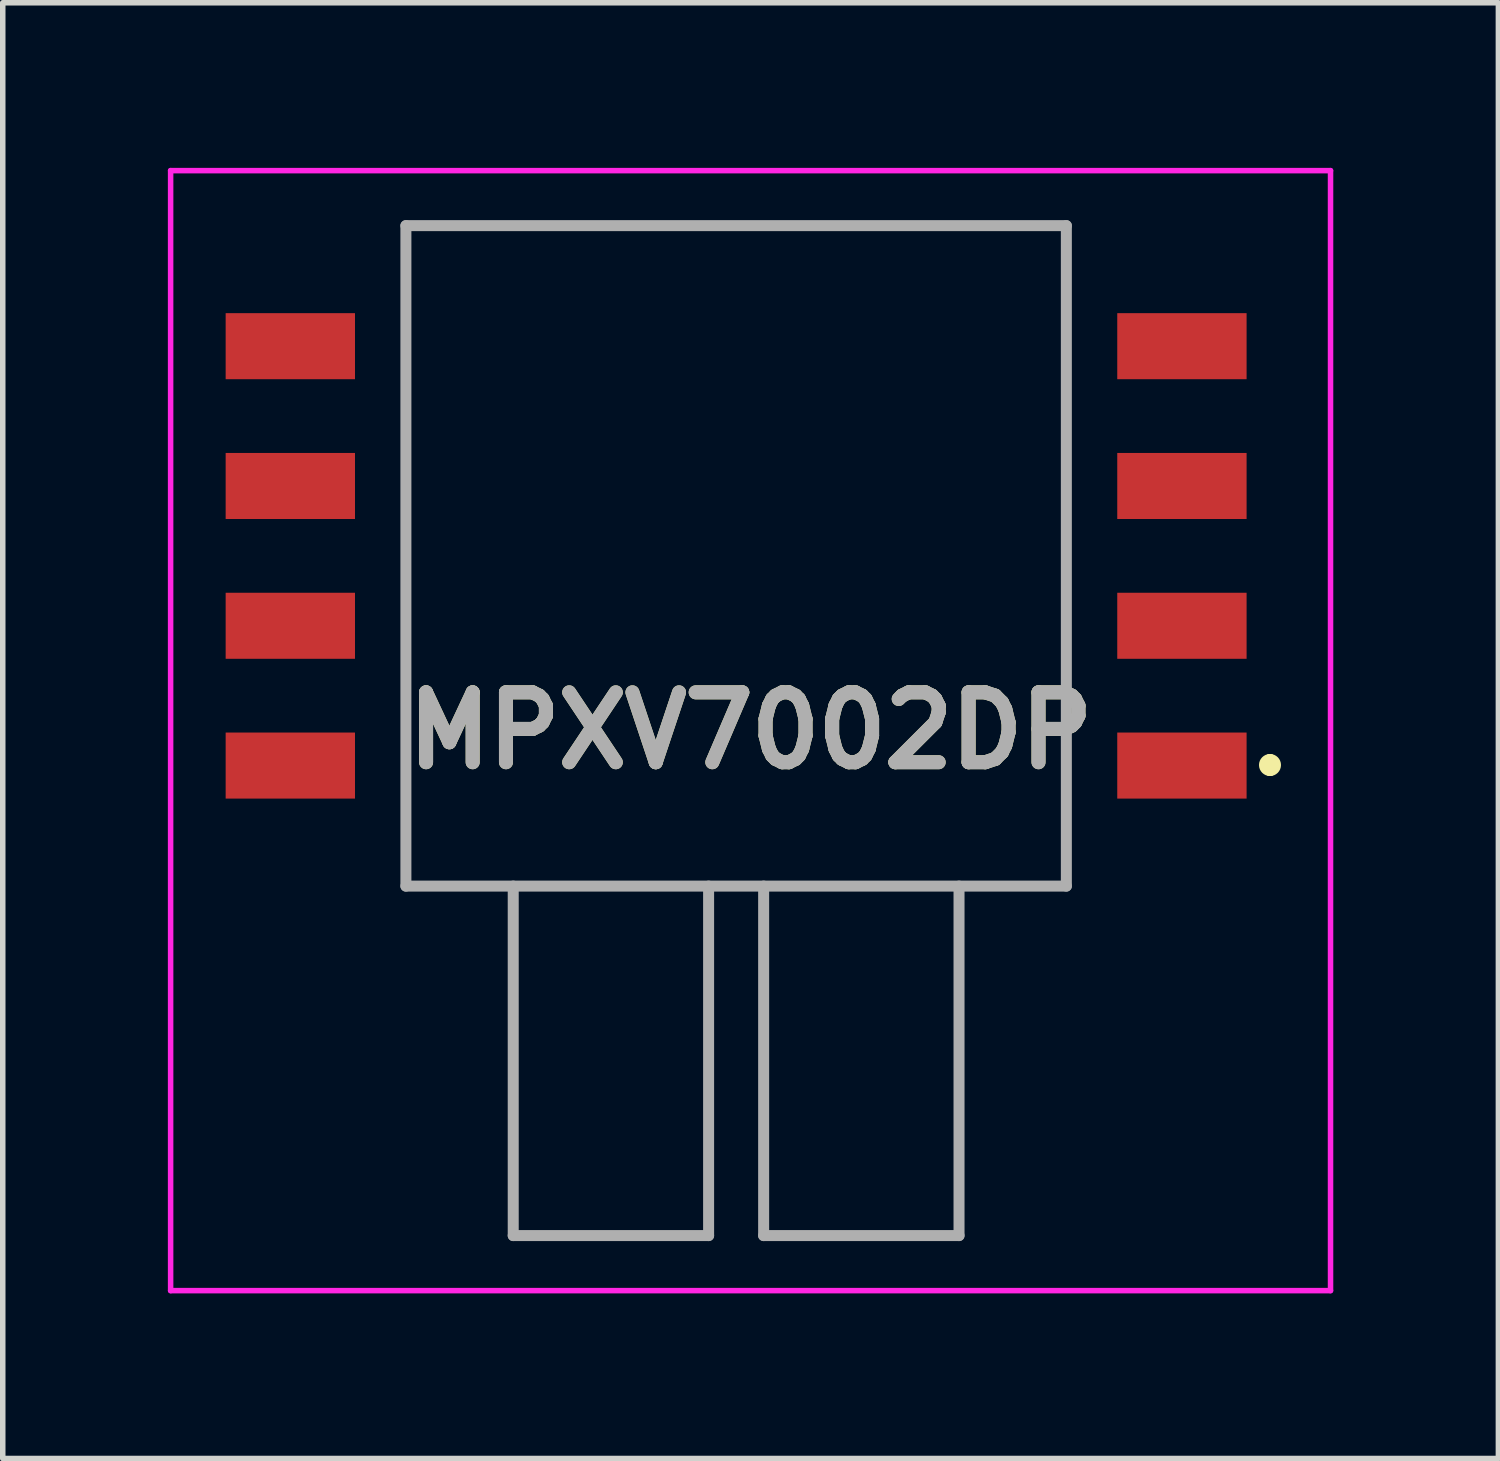
<source format=kicad_pcb>
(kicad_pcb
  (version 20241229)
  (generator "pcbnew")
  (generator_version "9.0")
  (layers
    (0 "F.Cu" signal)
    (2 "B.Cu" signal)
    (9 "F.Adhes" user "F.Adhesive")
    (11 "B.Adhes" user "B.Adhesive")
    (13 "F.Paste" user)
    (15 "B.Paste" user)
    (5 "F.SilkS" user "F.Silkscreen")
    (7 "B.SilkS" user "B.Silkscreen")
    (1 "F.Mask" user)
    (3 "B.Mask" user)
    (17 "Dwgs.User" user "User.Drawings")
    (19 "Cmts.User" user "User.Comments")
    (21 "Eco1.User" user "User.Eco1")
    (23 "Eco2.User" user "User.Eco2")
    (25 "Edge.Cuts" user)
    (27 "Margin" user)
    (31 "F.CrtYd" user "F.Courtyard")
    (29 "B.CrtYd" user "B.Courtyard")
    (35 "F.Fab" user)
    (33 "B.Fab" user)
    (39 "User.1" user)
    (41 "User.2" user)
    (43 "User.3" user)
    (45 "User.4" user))
  (footprint "MPXV7002DP"
    (layer "F.Cu")
    (at 10.325 13.05)
    (property "Reference" "MPXV7002DP" (at 0.263 -2.825 0) (layer "F.SilkS") (effects (font (size 1.27 1.27) (thickness 0.254))))
    (attr smd)
    (fp_line (start -6 -12) (end 6 -12) (stroke (width 0.1) (type solid)) (layer "F.SilkS"))
    (fp_line (start -6 0) (end -6 -12) (stroke (width 0.1) (type solid)) (layer "F.SilkS"))
    (fp_line (start 6 -12) (end 6 0) (stroke (width 0.1) (type solid)) (layer "F.SilkS"))
    (fp_line (start 6 0) (end -6 0) (stroke (width 0.1) (type solid)) (layer "F.SilkS"))
    (fp_line (start 9.7 -2.3) (end 9.7 -2.3) (stroke (width 0.2) (type solid)) (layer "F.SilkS"))
    (fp_line (start 9.7 -2.1) (end 9.7 -2.1) (stroke (width 0.2) (type solid)) (layer "F.SilkS"))
    (fp_arc (start 9.7 -2.3) (mid 9.8 -2.2) (end 9.7 -2.1) (stroke (width 0.2) (type solid)) (layer "F.SilkS"))
    (fp_arc (start 9.7 -2.1) (mid 9.6 -2.2) (end 9.7 -2.3) (stroke (width 0.2) (type solid)) (layer "F.SilkS"))
    (fp_line (start -10.275 -13) (end 10.8 -13) (stroke (width 0.1) (type solid)) (layer "F.CrtYd"))
    (fp_line (start -10.275 7.35) (end -10.275 -13) (stroke (width 0.1) (type solid)) (layer "F.CrtYd"))
    (fp_line (start 10.8 -13) (end 10.8 7.35) (stroke (width 0.1) (type solid)) (layer "F.CrtYd"))
    (fp_line (start 10.8 7.35) (end -10.275 7.35) (stroke (width 0.1) (type solid)) (layer "F.CrtYd"))
    (fp_line (start -6 -12) (end 6 -12) (stroke (width 0.2) (type solid)) (layer "F.Fab"))
    (fp_line (start -6 0) (end -6 -12) (stroke (width 0.2) (type solid)) (layer "F.Fab"))
    (fp_line (start -4.05 0) (end -4.05 6.35) (stroke (width 0.2) (type solid)) (layer "F.Fab"))
    (fp_line (start -4.05 6.35) (end -0.5 6.35) (stroke (width 0.2) (type solid)) (layer "F.Fab"))
    (fp_line (start -0.5 6.35) (end -0.5 0) (stroke (width 0.2) (type solid)) (layer "F.Fab"))
    (fp_line (start 0.5 0) (end 0.5 6.35) (stroke (width 0.2) (type solid)) (layer "F.Fab"))
    (fp_line (start 0.5 6.35) (end 4.05 6.35) (stroke (width 0.2) (type solid)) (layer "F.Fab"))
    (fp_line (start 4.05 6.35) (end 4.05 0) (stroke (width 0.2) (type solid)) (layer "F.Fab"))
    (fp_line (start 6 -12) (end 6 0) (stroke (width 0.2) (type solid)) (layer "F.Fab"))
    (fp_line (start 6 0) (end -6 0) (stroke (width 0.2) (type solid)) (layer "F.Fab"))
    (fp_text user "${REFERENCE}" (at 0.263 -2.825 0) (layer "F.Fab") (effects (font (size 1.27 1.27) (thickness 0.254))))
    (pad "1" smd rect (at 8.1 -2.19 90) (size 1.2 2.35) (layers "F.Cu" "F.Mask" "F.Paste"))
    (pad "2" smd rect (at 8.1 -4.73 90) (size 1.2 2.35) (layers "F.Cu" "F.Mask" "F.Paste"))
    (pad "3" smd rect (at 8.1 -7.27 90) (size 1.2 2.35) (layers "F.Cu" "F.Mask" "F.Paste"))
    (pad "4" smd rect (at 8.1 -9.81 90) (size 1.2 2.35) (layers "F.Cu" "F.Mask" "F.Paste"))
    (pad "5" smd rect (at -8.1 -9.81 90) (size 1.2 2.35) (layers "F.Cu" "F.Mask" "F.Paste"))
    (pad "6" smd rect (at -8.1 -7.27 90) (size 1.2 2.35) (layers "F.Cu" "F.Mask" "F.Paste"))
    (pad "7" smd rect (at -8.1 -4.73 90) (size 1.2 2.35) (layers "F.Cu" "F.Mask" "F.Paste"))
    (pad "8" smd rect (at -8.1 -2.19 90) (size 1.2 2.35) (layers "F.Cu" "F.Mask" "F.Paste")))
  (gr_rect
    (start -3 -3)
    (end 24.175 23.45)
    (stroke (width 0.1) (type default))
    (fill no)
    (layer "Edge.Cuts")))
</source>
